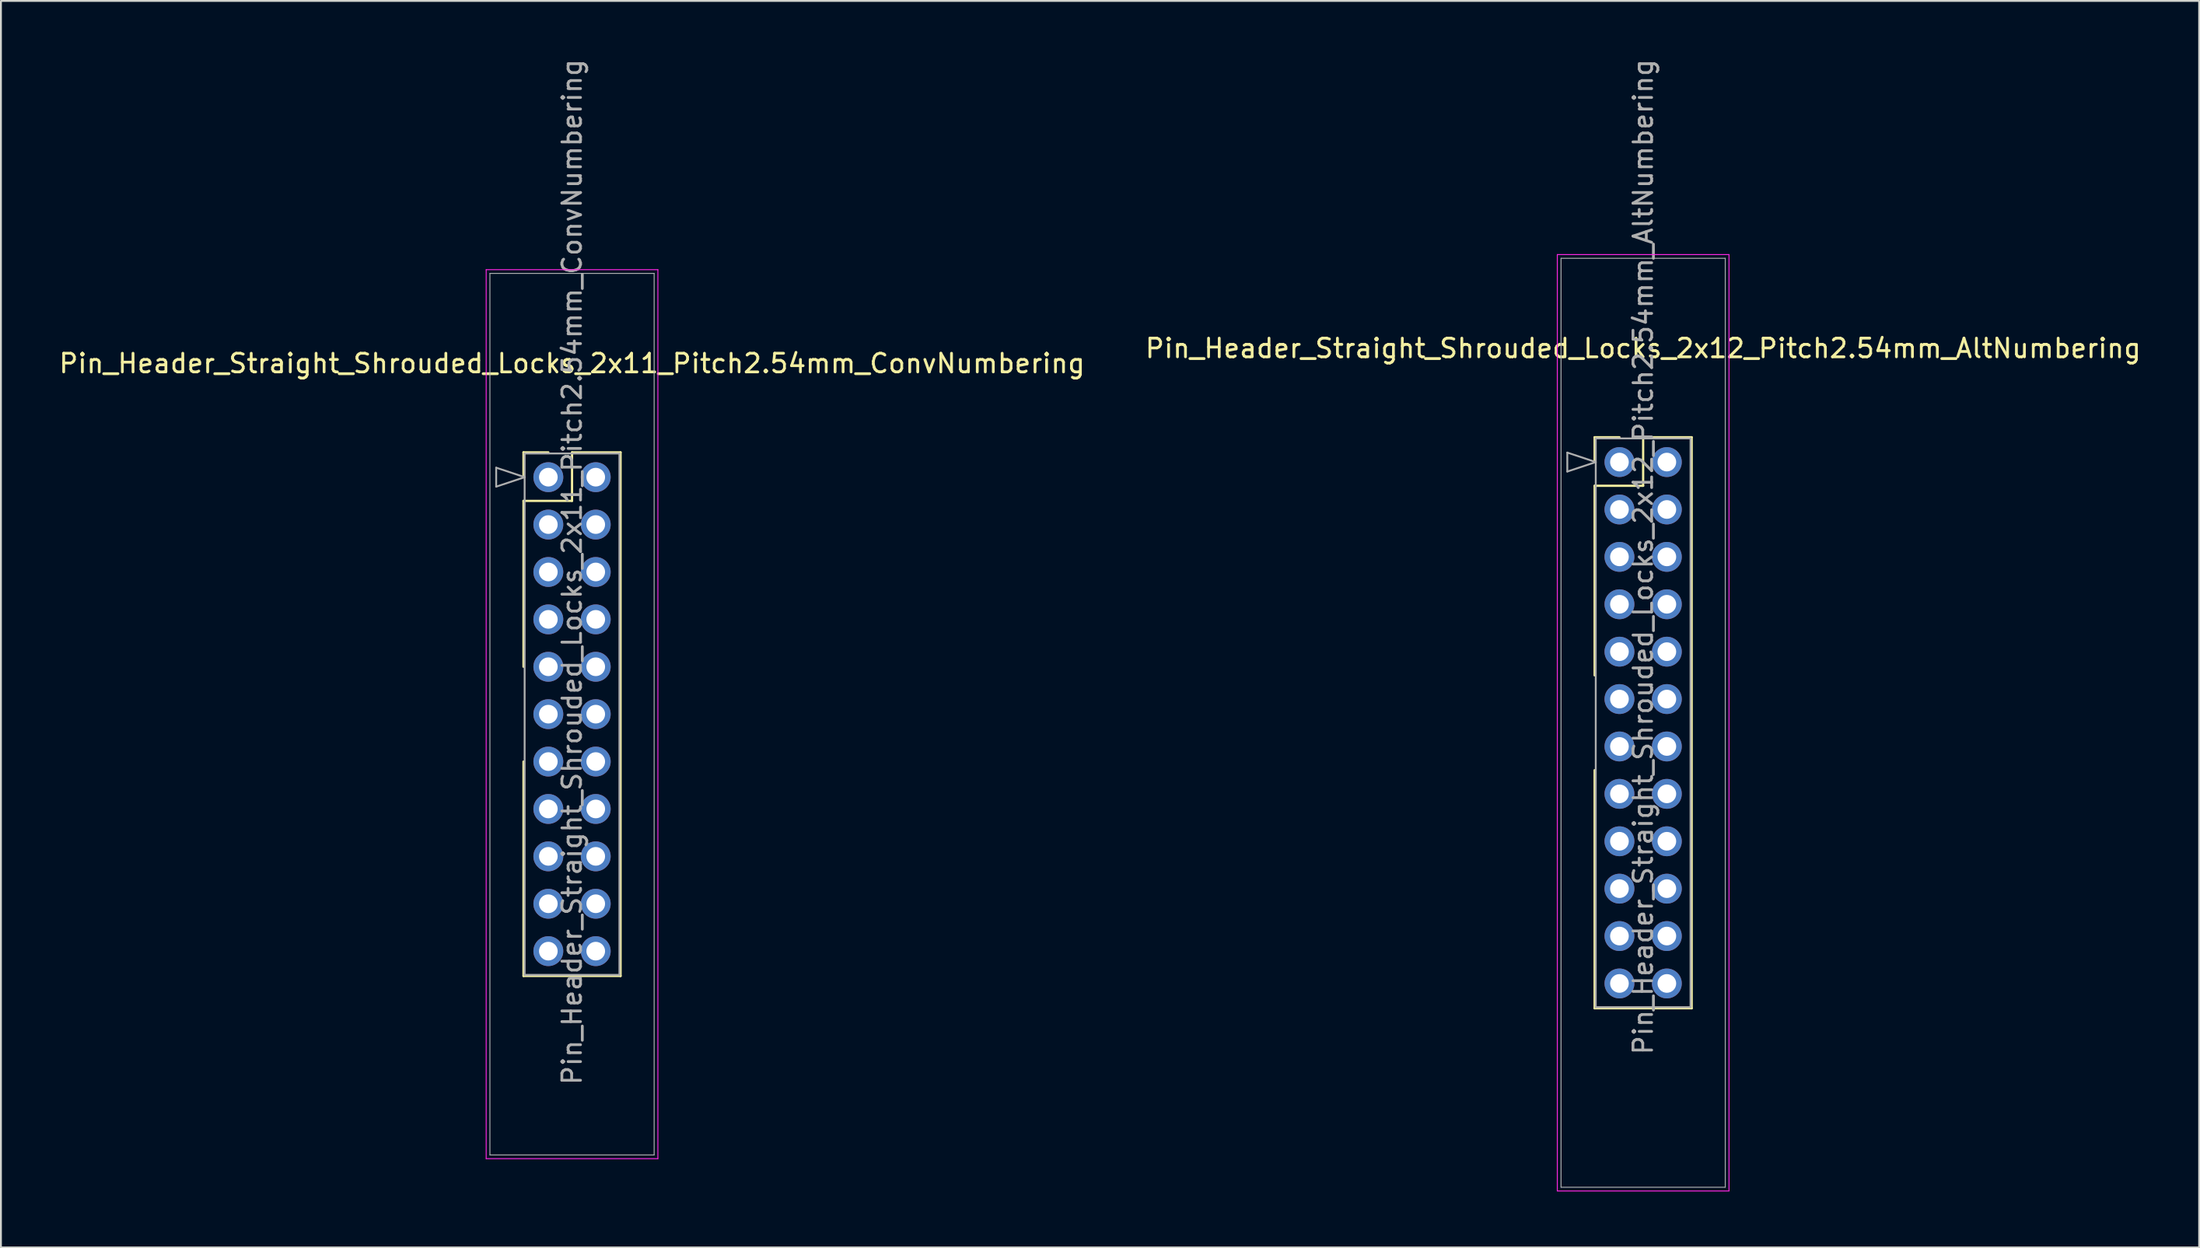
<source format=kicad_pcb>
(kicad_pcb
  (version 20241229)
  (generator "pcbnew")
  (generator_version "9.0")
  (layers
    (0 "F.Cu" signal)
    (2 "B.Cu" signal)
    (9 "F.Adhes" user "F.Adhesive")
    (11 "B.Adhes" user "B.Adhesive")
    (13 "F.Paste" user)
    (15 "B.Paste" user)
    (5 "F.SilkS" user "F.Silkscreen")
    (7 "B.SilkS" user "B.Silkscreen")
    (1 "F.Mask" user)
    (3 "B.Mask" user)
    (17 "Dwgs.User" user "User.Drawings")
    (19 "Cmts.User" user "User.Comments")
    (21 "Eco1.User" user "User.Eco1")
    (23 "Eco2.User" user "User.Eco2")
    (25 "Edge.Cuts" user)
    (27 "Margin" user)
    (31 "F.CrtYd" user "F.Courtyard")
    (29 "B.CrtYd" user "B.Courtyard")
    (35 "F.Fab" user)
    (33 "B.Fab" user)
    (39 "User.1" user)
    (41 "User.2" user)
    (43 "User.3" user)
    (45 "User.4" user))
  (footprint "Pin_Header_Straight_Shrouded_Locks_2x12_Pitch2.54mm_AltNumbering"
    (layer "F.Cu")
    (at 83.724 21.712)
    (property "Reference" "Pin_Header_Straight_Shrouded_Locks_2x12_Pitch2.54mm_AltNumbering" (at 1.27 -6.096 0) (layer "F.SilkS") (effects (font (size 1 1) (thickness 0.15))))
    (attr through_hole)
    (fp_line (start -1.33 -1.33) (end 0 -1.33) (stroke (width 0.12) (type solid)) (layer "F.SilkS"))
    (fp_line (start -1.33 0) (end -1.33 -1.33) (stroke (width 0.12) (type solid)) (layer "F.SilkS"))
    (fp_line (start -1.33 1.27) (end -1.33 11.43) (stroke (width 0.12) (type solid)) (layer "F.SilkS"))
    (fp_line (start -1.33 1.27) (end 1.27 1.27) (stroke (width 0.12) (type solid)) (layer "F.SilkS"))
    (fp_line (start -1.33 16.51) (end -1.33 29.27) (stroke (width 0.12) (type solid)) (layer "F.SilkS"))
    (fp_line (start -1.33 29.27) (end 3.87 29.27) (stroke (width 0.12) (type solid)) (layer "F.SilkS"))
    (fp_line (start 1.27 -1.33) (end 3.87 -1.33) (stroke (width 0.12) (type solid)) (layer "F.SilkS"))
    (fp_line (start 1.27 1.27) (end 1.27 -1.33) (stroke (width 0.12) (type solid)) (layer "F.SilkS"))
    (fp_line (start 3.87 -1.33) (end 3.87 29.27) (stroke (width 0.12) (type solid)) (layer "F.SilkS"))
    (fp_line (start -3.33 -11.12) (end -3.33 39.06) (stroke (width 0.05) (type solid)) (layer "F.CrtYd"))
    (fp_line (start -3.33 39.06) (end 5.87 39.06) (stroke (width 0.05) (type solid)) (layer "F.CrtYd"))
    (fp_line (start 5.87 -11.12) (end -3.33 -11.12) (stroke (width 0.05) (type solid)) (layer "F.CrtYd"))
    (fp_line (start 5.87 39.06) (end 5.87 -11.12) (stroke (width 0.05) (type solid)) (layer "F.CrtYd"))
    (fp_line (start -3.13 -10.92) (end -3.13 38.86) (stroke (width 0.05) (type solid)) (layer "F.Fab"))
    (fp_line (start -3.13 38.86) (end 5.67 38.86) (stroke (width 0.05) (type solid)) (layer "F.Fab"))
    (fp_line (start -2.794 -0.508) (end -1.27 0) (stroke (width 0.1) (type solid)) (layer "F.Fab"))
    (fp_line (start -2.794 0.508) (end -2.794 -0.508) (stroke (width 0.1) (type solid)) (layer "F.Fab"))
    (fp_line (start -1.27 -1.27) (end -1.27 29.21) (stroke (width 0.1) (type solid)) (layer "F.Fab"))
    (fp_line (start -1.27 0) (end -2.794 0.508) (stroke (width 0.1) (type solid)) (layer "F.Fab"))
    (fp_line (start -1.27 29.21) (end 3.81 29.21) (stroke (width 0.1) (type solid)) (layer "F.Fab"))
    (fp_line (start 3.81 -1.27) (end -1.27 -1.27) (stroke (width 0.1) (type solid)) (layer "F.Fab"))
    (fp_line (start 3.81 29.21) (end 3.81 -1.27) (stroke (width 0.1) (type solid)) (layer "F.Fab"))
    (fp_line (start 5.67 -10.92) (end -3.13 -10.92) (stroke (width 0.05) (type solid)) (layer "F.Fab"))
    (fp_line (start 5.67 38.86) (end 5.67 -10.92) (stroke (width 0.05) (type solid)) (layer "F.Fab"))
    (fp_text user "${REFERENCE}" (at 1.27 5.08 90) (layer "F.Fab") (effects (font (size 1 1) (thickness 0.15))))
    (pad "1" thru_hole oval (at 0 0) (size 1.6 1.6) (drill 1) (layers "*.Cu" "*.Mask"))
    (pad "2" thru_hole oval (at 0 2.54) (size 1.6 1.6) (drill 1) (layers "*.Cu" "*.Mask"))
    (pad "3" thru_hole oval (at 0 5.08) (size 1.6 1.6) (drill 1) (layers "*.Cu" "*.Mask"))
    (pad "4" thru_hole oval (at 0 7.62) (size 1.6 1.6) (drill 1) (layers "*.Cu" "*.Mask"))
    (pad "5" thru_hole oval (at 0 10.16) (size 1.6 1.6) (drill 1) (layers "*.Cu" "*.Mask"))
    (pad "6" thru_hole oval (at 0 12.7) (size 1.6 1.6) (drill 1) (layers "*.Cu" "*.Mask"))
    (pad "7" thru_hole oval (at 0 15.24) (size 1.6 1.6) (drill 1) (layers "*.Cu" "*.Mask"))
    (pad "8" thru_hole oval (at 0 17.78) (size 1.6 1.6) (drill 1) (layers "*.Cu" "*.Mask"))
    (pad "9" thru_hole oval (at 0 20.32) (size 1.6 1.6) (drill 1) (layers "*.Cu" "*.Mask"))
    (pad "10" thru_hole oval (at 0 22.86) (size 1.6 1.6) (drill 1) (layers "*.Cu" "*.Mask"))
    (pad "11" thru_hole oval (at 0 25.4) (size 1.6 1.6) (drill 1) (layers "*.Cu" "*.Mask"))
    (pad "12" thru_hole oval (at 0 27.94) (size 1.6 1.6) (drill 1) (layers "*.Cu" "*.Mask"))
    (pad "13" thru_hole oval (at 2.54 0) (size 1.6 1.6) (drill 1) (layers "*.Cu" "*.Mask"))
    (pad "14" thru_hole oval (at 2.54 2.54) (size 1.6 1.6) (drill 1) (layers "*.Cu" "*.Mask"))
    (pad "15" thru_hole oval (at 2.54 5.08) (size 1.6 1.6) (drill 1) (layers "*.Cu" "*.Mask"))
    (pad "16" thru_hole oval (at 2.54 7.62) (size 1.6 1.6) (drill 1) (layers "*.Cu" "*.Mask"))
    (pad "17" thru_hole oval (at 2.54 10.16) (size 1.6 1.6) (drill 1) (layers "*.Cu" "*.Mask"))
    (pad "18" thru_hole oval (at 2.54 12.7) (size 1.6 1.6) (drill 1) (layers "*.Cu" "*.Mask"))
    (pad "19" thru_hole oval (at 2.54 15.24) (size 1.6 1.6) (drill 1) (layers "*.Cu" "*.Mask"))
    (pad "20" thru_hole oval (at 2.54 17.78) (size 1.6 1.6) (drill 1) (layers "*.Cu" "*.Mask"))
    (pad "21" thru_hole oval (at 2.54 20.32) (size 1.6 1.6) (drill 1) (layers "*.Cu" "*.Mask"))
    (pad "22" thru_hole oval (at 2.54 22.86) (size 1.6 1.6) (drill 1) (layers "*.Cu" "*.Mask"))
    (pad "23" thru_hole oval (at 2.54 25.4) (size 1.6 1.6) (drill 1) (layers "*.Cu" "*.Mask"))
    (pad "24" thru_hole oval (at 2.54 27.94) (size 1.6 1.6) (drill 1) (layers "*.Cu" "*.Mask")))
  (footprint "Pin_Header_Straight_Shrouded_Locks_2x11_Pitch2.54mm_ConvNumbering"
    (layer "F.Cu")
    (at 26.331 22.521)
    (property "Reference" "Pin_Header_Straight_Shrouded_Locks_2x11_Pitch2.54mm_ConvNumbering" (at 1.27 -6.096 0) (layer "F.SilkS") (effects (font (size 1 1) (thickness 0.15))))
    (attr through_hole)
    (fp_line (start -1.33 -1.33) (end 0 -1.33) (stroke (width 0.12) (type solid)) (layer "F.SilkS"))
    (fp_line (start -1.33 0) (end -1.33 -1.33) (stroke (width 0.12) (type solid)) (layer "F.SilkS"))
    (fp_line (start -1.33 1.27) (end -1.33 10.16) (stroke (width 0.12) (type solid)) (layer "F.SilkS"))
    (fp_line (start -1.33 1.27) (end 1.27 1.27) (stroke (width 0.12) (type solid)) (layer "F.SilkS"))
    (fp_line (start -1.33 15.24) (end -1.33 26.73) (stroke (width 0.12) (type solid)) (layer "F.SilkS"))
    (fp_line (start -1.33 26.73) (end 3.87 26.73) (stroke (width 0.12) (type solid)) (layer "F.SilkS"))
    (fp_line (start 1.27 -1.33) (end 3.87 -1.33) (stroke (width 0.12) (type solid)) (layer "F.SilkS"))
    (fp_line (start 1.27 1.27) (end 1.27 -1.33) (stroke (width 0.12) (type solid)) (layer "F.SilkS"))
    (fp_line (start 3.87 -1.33) (end 3.87 26.73) (stroke (width 0.12) (type solid)) (layer "F.SilkS"))
    (fp_line (start -3.33 -11.12) (end -3.33 36.52) (stroke (width 0.05) (type solid)) (layer "F.CrtYd"))
    (fp_line (start -3.33 36.52) (end 5.87 36.52) (stroke (width 0.05) (type solid)) (layer "F.CrtYd"))
    (fp_line (start 5.87 -11.12) (end -3.33 -11.12) (stroke (width 0.05) (type solid)) (layer "F.CrtYd"))
    (fp_line (start 5.87 36.52) (end 5.87 -11.12) (stroke (width 0.05) (type solid)) (layer "F.CrtYd"))
    (fp_line (start -3.13 -10.92) (end -3.13 36.32) (stroke (width 0.05) (type solid)) (layer "F.Fab"))
    (fp_line (start -3.13 36.32) (end 5.67 36.32) (stroke (width 0.05) (type solid)) (layer "F.Fab"))
    (fp_line (start -2.794 -0.508) (end -1.27 0) (stroke (width 0.1) (type solid)) (layer "F.Fab"))
    (fp_line (start -2.794 0.508) (end -2.794 -0.508) (stroke (width 0.1) (type solid)) (layer "F.Fab"))
    (fp_line (start -1.27 -1.27) (end -1.27 26.67) (stroke (width 0.1) (type solid)) (layer "F.Fab"))
    (fp_line (start -1.27 0) (end -2.794 0.508) (stroke (width 0.1) (type solid)) (layer "F.Fab"))
    (fp_line (start -1.27 26.67) (end 3.81 26.67) (stroke (width 0.1) (type solid)) (layer "F.Fab"))
    (fp_line (start 3.81 -1.27) (end -1.27 -1.27) (stroke (width 0.1) (type solid)) (layer "F.Fab"))
    (fp_line (start 3.81 26.67) (end 3.81 -1.27) (stroke (width 0.1) (type solid)) (layer "F.Fab"))
    (fp_line (start 5.67 -10.92) (end -3.13 -10.92) (stroke (width 0.05) (type solid)) (layer "F.Fab"))
    (fp_line (start 5.67 36.32) (end 5.67 -10.92) (stroke (width 0.05) (type solid)) (layer "F.Fab"))
    (fp_text user "${REFERENCE}" (at 1.27 5.08 90) (layer "F.Fab") (effects (font (size 1 1) (thickness 0.15))))
    (pad "1" thru_hole oval (at 0 0) (size 1.6 1.6) (drill 1) (layers "*.Cu" "*.Mask"))
    (pad "2" thru_hole oval (at 2.54 0) (size 1.6 1.6) (drill 1) (layers "*.Cu" "*.Mask"))
    (pad "3" thru_hole oval (at 0 2.54) (size 1.6 1.6) (drill 1) (layers "*.Cu" "*.Mask"))
    (pad "4" thru_hole oval (at 2.54 2.54) (size 1.6 1.6) (drill 1) (layers "*.Cu" "*.Mask"))
    (pad "5" thru_hole oval (at 0 5.08) (size 1.6 1.6) (drill 1) (layers "*.Cu" "*.Mask"))
    (pad "6" thru_hole oval (at 2.54 5.08) (size 1.6 1.6) (drill 1) (layers "*.Cu" "*.Mask"))
    (pad "7" thru_hole oval (at 0 7.62) (size 1.6 1.6) (drill 1) (layers "*.Cu" "*.Mask"))
    (pad "8" thru_hole oval (at 2.54 7.62) (size 1.6 1.6) (drill 1) (layers "*.Cu" "*.Mask"))
    (pad "9" thru_hole oval (at 0 10.16) (size 1.6 1.6) (drill 1) (layers "*.Cu" "*.Mask"))
    (pad "10" thru_hole oval (at 2.54 10.16) (size 1.6 1.6) (drill 1) (layers "*.Cu" "*.Mask"))
    (pad "11" thru_hole oval (at 0 12.7) (size 1.6 1.6) (drill 1) (layers "*.Cu" "*.Mask"))
    (pad "12" thru_hole oval (at 2.54 12.7) (size 1.6 1.6) (drill 1) (layers "*.Cu" "*.Mask"))
    (pad "13" thru_hole oval (at 0 15.24) (size 1.6 1.6) (drill 1) (layers "*.Cu" "*.Mask"))
    (pad "14" thru_hole oval (at 2.54 15.24) (size 1.6 1.6) (drill 1) (layers "*.Cu" "*.Mask"))
    (pad "15" thru_hole oval (at 0 17.78) (size 1.6 1.6) (drill 1) (layers "*.Cu" "*.Mask"))
    (pad "16" thru_hole oval (at 2.54 17.78) (size 1.6 1.6) (drill 1) (layers "*.Cu" "*.Mask"))
    (pad "17" thru_hole oval (at 0 20.32) (size 1.6 1.6) (drill 1) (layers "*.Cu" "*.Mask"))
    (pad "18" thru_hole oval (at 2.54 20.32) (size 1.6 1.6) (drill 1) (layers "*.Cu" "*.Mask"))
    (pad "19" thru_hole oval (at 0 22.86) (size 1.6 1.6) (drill 1) (layers "*.Cu" "*.Mask"))
    (pad "20" thru_hole oval (at 2.54 22.86) (size 1.6 1.6) (drill 1) (layers "*.Cu" "*.Mask"))
    (pad "21" thru_hole oval (at 0 25.4) (size 1.6 1.6) (drill 1) (layers "*.Cu" "*.Mask"))
    (pad "22" thru_hole oval (at 2.54 25.4) (size 1.6 1.6) (drill 1) (layers "*.Cu" "*.Mask")))
  (gr_rect
    (start -3 -3)
    (end 114.786 63.797)
    (stroke (width 0.1) (type default))
    (fill no)
    (layer "Edge.Cuts")))
</source>
